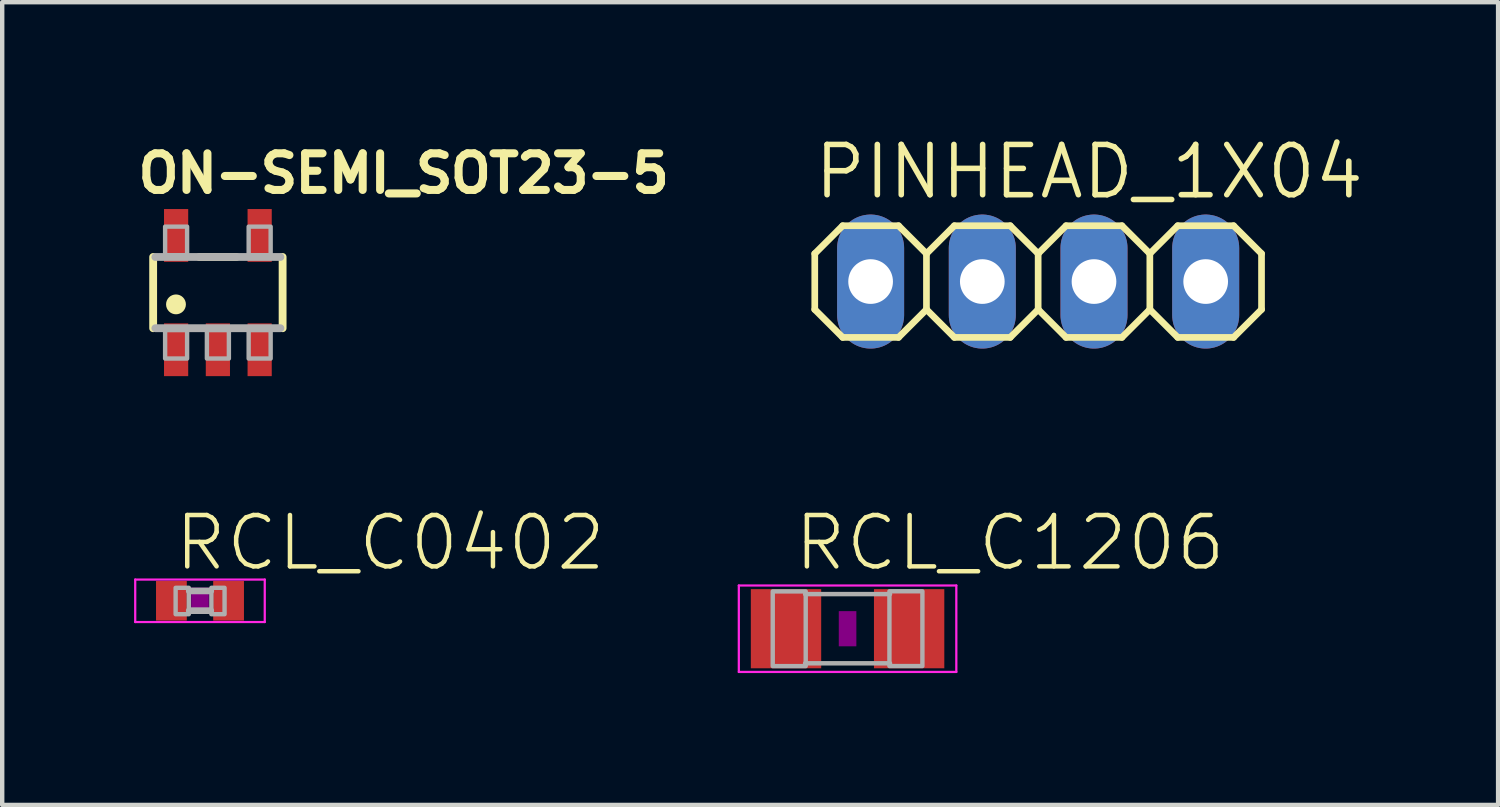
<source format=kicad_pcb>
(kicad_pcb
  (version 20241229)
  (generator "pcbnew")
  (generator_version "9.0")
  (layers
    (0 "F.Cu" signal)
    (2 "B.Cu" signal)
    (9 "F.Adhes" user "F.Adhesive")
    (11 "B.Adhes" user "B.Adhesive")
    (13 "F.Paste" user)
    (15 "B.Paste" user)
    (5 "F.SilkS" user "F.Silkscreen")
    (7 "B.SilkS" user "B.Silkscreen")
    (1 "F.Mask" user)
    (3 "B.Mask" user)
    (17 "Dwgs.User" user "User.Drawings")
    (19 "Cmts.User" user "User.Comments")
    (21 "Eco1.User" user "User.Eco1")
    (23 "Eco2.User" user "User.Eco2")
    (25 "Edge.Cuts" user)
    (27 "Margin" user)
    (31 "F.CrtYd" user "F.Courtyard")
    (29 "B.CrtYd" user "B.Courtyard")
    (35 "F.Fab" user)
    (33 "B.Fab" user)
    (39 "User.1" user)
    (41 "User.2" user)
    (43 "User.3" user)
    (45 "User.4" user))
  (footprint "PINHEAD_1X04"
    (layer "F.Cu")
    (at 20.559 3.353)
    (property "Reference" "PINHEAD_1X04" (at -5.156 -1.829 0) (unlocked yes) (layer "F.SilkS") (effects (font (size 1.143 1.143) (thickness 0.127)) (justify left bottom)))
    (fp_line (start -5.08 -0.635) (end -5.08 0.635) (stroke (width 0.152) (type solid)) (layer "F.SilkS"))
    (fp_line (start -5.08 0.635) (end -4.445 1.27) (stroke (width 0.152) (type solid)) (layer "F.SilkS"))
    (fp_line (start -4.445 -1.27) (end -5.08 -0.635) (stroke (width 0.152) (type solid)) (layer "F.SilkS"))
    (fp_line (start -4.445 -1.27) (end -3.175 -1.27) (stroke (width 0.152) (type solid)) (layer "F.SilkS"))
    (fp_line (start -3.175 -1.27) (end -2.54 -0.635) (stroke (width 0.152) (type solid)) (layer "F.SilkS"))
    (fp_line (start -3.175 1.27) (end -4.445 1.27) (stroke (width 0.152) (type solid)) (layer "F.SilkS"))
    (fp_line (start -2.54 -0.635) (end -2.54 0.635) (stroke (width 0.152) (type solid)) (layer "F.SilkS"))
    (fp_line (start -2.54 -0.635) (end -1.905 -1.27) (stroke (width 0.152) (type solid)) (layer "F.SilkS"))
    (fp_line (start -2.54 0.635) (end -3.175 1.27) (stroke (width 0.152) (type solid)) (layer "F.SilkS"))
    (fp_line (start -1.905 -1.27) (end -0.635 -1.27) (stroke (width 0.152) (type solid)) (layer "F.SilkS"))
    (fp_line (start -1.905 1.27) (end -2.54 0.635) (stroke (width 0.152) (type solid)) (layer "F.SilkS"))
    (fp_line (start -0.635 -1.27) (end 0 -0.635) (stroke (width 0.152) (type solid)) (layer "F.SilkS"))
    (fp_line (start -0.635 1.27) (end -1.905 1.27) (stroke (width 0.152) (type solid)) (layer "F.SilkS"))
    (fp_line (start 0 -0.635) (end 0 0.635) (stroke (width 0.152) (type solid)) (layer "F.SilkS"))
    (fp_line (start 0 -0.635) (end 0.635 -1.27) (stroke (width 0.152) (type solid)) (layer "F.SilkS"))
    (fp_line (start 0 0.635) (end -0.635 1.27) (stroke (width 0.152) (type solid)) (layer "F.SilkS"))
    (fp_line (start 0.635 -1.27) (end 1.905 -1.27) (stroke (width 0.152) (type solid)) (layer "F.SilkS"))
    (fp_line (start 0.635 1.27) (end 0 0.635) (stroke (width 0.152) (type solid)) (layer "F.SilkS"))
    (fp_line (start 1.905 -1.27) (end 2.54 -0.635) (stroke (width 0.152) (type solid)) (layer "F.SilkS"))
    (fp_line (start 1.905 1.27) (end 0.635 1.27) (stroke (width 0.152) (type solid)) (layer "F.SilkS"))
    (fp_line (start 2.54 -0.635) (end 2.54 0.635) (stroke (width 0.152) (type solid)) (layer "F.SilkS"))
    (fp_line (start 2.54 0.635) (end 1.905 1.27) (stroke (width 0.152) (type solid)) (layer "F.SilkS"))
    (fp_line (start 2.54 0.635) (end 3.175 1.27) (stroke (width 0.152) (type solid)) (layer "F.SilkS"))
    (fp_line (start 3.175 -1.27) (end 2.54 -0.635) (stroke (width 0.152) (type solid)) (layer "F.SilkS"))
    (fp_line (start 3.175 -1.27) (end 4.445 -1.27) (stroke (width 0.152) (type solid)) (layer "F.SilkS"))
    (fp_line (start 4.445 -1.27) (end 5.08 -0.635) (stroke (width 0.152) (type solid)) (layer "F.SilkS"))
    (fp_line (start 4.445 1.27) (end 3.175 1.27) (stroke (width 0.152) (type solid)) (layer "F.SilkS"))
    (fp_line (start 5.08 -0.635) (end 5.08 0.635) (stroke (width 0.152) (type solid)) (layer "F.SilkS"))
    (fp_line (start 5.08 0.635) (end 4.445 1.27) (stroke (width 0.152) (type solid)) (layer "F.SilkS"))
    (fp_poly (pts (xy -4.064 0.254) (xy -3.556 0.254) (xy -3.556 -0.254) (xy -4.064 -0.254)) (stroke (width 0.1) (type default)) (fill no) (layer "F.Fab"))
    (fp_poly (pts (xy -1.524 0.254) (xy -1.016 0.254) (xy -1.016 -0.254) (xy -1.524 -0.254)) (stroke (width 0.1) (type default)) (fill no) (layer "F.Fab"))
    (fp_poly (pts (xy 1.016 0.254) (xy 1.524 0.254) (xy 1.524 -0.254) (xy 1.016 -0.254)) (stroke (width 0.1) (type default)) (fill no) (layer "F.Fab"))
    (fp_poly (pts (xy 3.556 0.254) (xy 4.064 0.254) (xy 4.064 -0.254) (xy 3.556 -0.254)) (stroke (width 0.1) (type default)) (fill no) (layer "F.Fab"))
    (pad "1" thru_hole oval (at -3.81 0 90) (size 3.048 1.524) (drill 1.016) (layers "*.Cu" "*.Mask"))
    (pad "2" thru_hole oval (at -1.27 0 90) (size 3.048 1.524) (drill 1.016) (layers "*.Cu" "*.Mask"))
    (pad "3" thru_hole oval (at 1.27 0 90) (size 3.048 1.524) (drill 1.016) (layers "*.Cu" "*.Mask"))
    (pad "4" thru_hole oval (at 3.81 0 90) (size 3.048 1.524) (drill 1.016) (layers "*.Cu" "*.Mask")))
  (footprint "ON-SEMI_SOT23-5"
    (layer "F.Cu")
    (at 1.905 3.604)
    (property "Reference" "ON-SEMI_SOT23-5" (at -1.905 -2.223 0) (unlocked yes) (layer "F.SilkS") (effects (font (size 0.833 0.833) (thickness 0.183)) (justify left bottom)))
    (fp_line (start -1.472 0.81) (end -1.472 -0.81) (stroke (width 0.178) (type solid)) (layer "F.SilkS"))
    (fp_line (start -0.422 -0.81) (end 0.422 -0.81) (stroke (width 0.178) (type solid)) (layer "F.SilkS"))
    (fp_line (start 1.472 -0.81) (end 1.472 0.81) (stroke (width 0.178) (type solid)) (layer "F.SilkS"))
    (fp_circle (center -0.953 0.268) (end -0.84 0.268) (stroke (width 0.225) (type solid)) (fill yes) (layer "F.SilkS"))
    (fp_line (start -1.422 -0.81) (end 1.422 -0.81) (stroke (width 0.178) (type solid)) (layer "F.Fab"))
    (fp_line (start 1.422 0.81) (end -1.422 0.81) (stroke (width 0.178) (type solid)) (layer "F.Fab"))
    (fp_poly (pts (xy -1.2 -0.85) (xy -0.7 -0.85) (xy -0.7 -1.5) (xy -1.2 -1.5)) (stroke (width 0.1) (type default)) (fill no) (layer "F.Fab"))
    (fp_poly (pts (xy -1.2 1.5) (xy -0.7 1.5) (xy -0.7 0.85) (xy -1.2 0.85)) (stroke (width 0.1) (type default)) (fill no) (layer "F.Fab"))
    (fp_poly (pts (xy -0.25 1.5) (xy 0.25 1.5) (xy 0.25 0.85) (xy -0.25 0.85)) (stroke (width 0.1) (type default)) (fill no) (layer "F.Fab"))
    (fp_poly (pts (xy 0.7 -0.85) (xy 1.2 -0.85) (xy 1.2 -1.5) (xy 0.7 -1.5)) (stroke (width 0.1) (type default)) (fill no) (layer "F.Fab"))
    (fp_poly (pts (xy 0.7 1.5) (xy 1.2 1.5) (xy 1.2 0.85) (xy 0.7 0.85)) (stroke (width 0.1) (type default)) (fill no) (layer "F.Fab"))
    (pad "1" smd rect (at -0.95 1.3) (size 0.55 1.2) (layers "F.Cu" "F.Mask" "F.Paste"))
    (pad "2" smd rect (at 0 1.3) (size 0.55 1.2) (layers "F.Cu" "F.Mask" "F.Paste"))
    (pad "3" smd rect (at 0.95 1.3) (size 0.55 1.2) (layers "F.Cu" "F.Mask" "F.Paste"))
    (pad "4" smd rect (at 0.95 -1.3) (size 0.55 1.2) (layers "F.Cu" "F.Mask" "F.Paste"))
    (pad "5" smd rect (at -0.95 -1.3) (size 0.55 1.2) (layers "F.Cu" "F.Mask" "F.Paste")))
  (footprint "RCL_C1206"
    (layer "F.Cu")
    (at 16.225 11.248)
    (property "Reference" "RCL_C1206" (at -1.27 -1.27 0) (unlocked yes) (layer "F.SilkS") (effects (font (size 1.168 1.168) (thickness 0.102)) (justify left bottom)))
    (fp_poly (pts (xy -0.2 0.4) (xy 0.2 0.4) (xy 0.2 -0.4) (xy -0.2 -0.4)) (stroke (width 0) (type default)) (fill yes) (layer "F.Adhes"))
    (fp_line (start -2.473 -0.983) (end 2.473 -0.983) (stroke (width 0.051) (type solid)) (layer "F.CrtYd"))
    (fp_line (start -2.473 0.983) (end -2.473 -0.983) (stroke (width 0.051) (type solid)) (layer "F.CrtYd"))
    (fp_line (start 2.473 -0.983) (end 2.473 0.983) (stroke (width 0.051) (type solid)) (layer "F.CrtYd"))
    (fp_line (start 2.473 0.983) (end -2.473 0.983) (stroke (width 0.051) (type solid)) (layer "F.CrtYd"))
    (fp_line (start -0.965 -0.787) (end 0.965 -0.787) (stroke (width 0.102) (type solid)) (layer "F.Fab"))
    (fp_line (start -0.965 0.787) (end 0.965 0.787) (stroke (width 0.102) (type solid)) (layer "F.Fab"))
    (fp_poly (pts (xy -1.702 0.851) (xy -0.952 0.851) (xy -0.952 -0.849) (xy -1.702 -0.849)) (stroke (width 0.1) (type default)) (fill no) (layer "F.Fab"))
    (fp_poly (pts (xy 0.952 0.849) (xy 1.702 0.849) (xy 1.702 -0.851) (xy 0.952 -0.851)) (stroke (width 0.1) (type default)) (fill no) (layer "F.Fab"))
    (pad "1" smd rect (at -1.4 0) (size 1.6 1.8) (layers "F.Cu" "F.Mask" "F.Paste"))
    (pad "2" smd rect (at 1.4 0) (size 1.6 1.8) (layers "F.Cu" "F.Mask" "F.Paste")))
  (footprint "RCL_C0402"
    (layer "F.Cu")
    (at 1.498 10.613)
    (property "Reference" "RCL_C0402" (at -0.635 -0.635 0) (unlocked yes) (layer "F.SilkS") (effects (font (size 1.168 1.168) (thickness 0.102)) (justify left bottom)))
    (fp_poly (pts (xy -0.2 0.3) (xy 0.2 0.3) (xy 0.2 -0.3) (xy -0.2 -0.3)) (stroke (width 0) (type default)) (fill yes) (layer "F.Adhes"))
    (fp_line (start -1.473 -0.483) (end 1.473 -0.483) (stroke (width 0.051) (type solid)) (layer "F.CrtYd"))
    (fp_line (start -1.473 0.483) (end -1.473 -0.483) (stroke (width 0.051) (type solid)) (layer "F.CrtYd"))
    (fp_line (start 1.473 -0.483) (end 1.473 0.483) (stroke (width 0.051) (type solid)) (layer "F.CrtYd"))
    (fp_line (start 1.473 0.483) (end -1.473 0.483) (stroke (width 0.051) (type solid)) (layer "F.CrtYd"))
    (fp_line (start -0.245 -0.224) (end 0.245 -0.224) (stroke (width 0.152) (type solid)) (layer "F.Fab"))
    (fp_line (start 0.245 0.224) (end -0.245 0.224) (stroke (width 0.152) (type solid)) (layer "F.Fab"))
    (fp_poly (pts (xy -0.554 0.305) (xy -0.254 0.305) (xy -0.254 -0.295) (xy -0.554 -0.295)) (stroke (width 0.1) (type default)) (fill no) (layer "F.Fab"))
    (fp_poly (pts (xy 0.259 0.305) (xy 0.559 0.305) (xy 0.559 -0.295) (xy 0.259 -0.295)) (stroke (width 0.1) (type default)) (fill no) (layer "F.Fab"))
    (pad "1" smd rect (at -0.65 0) (size 0.7 0.9) (layers "F.Cu" "F.Mask" "F.Paste"))
    (pad "2" smd rect (at 0.65 0) (size 0.7 0.9) (layers "F.Cu" "F.Mask" "F.Paste")))
  (gr_rect
    (start -3 -3)
    (end 31.019 15.256)
    (stroke (width 0.1) (type default))
    (fill no)
    (layer "Edge.Cuts")))
</source>
